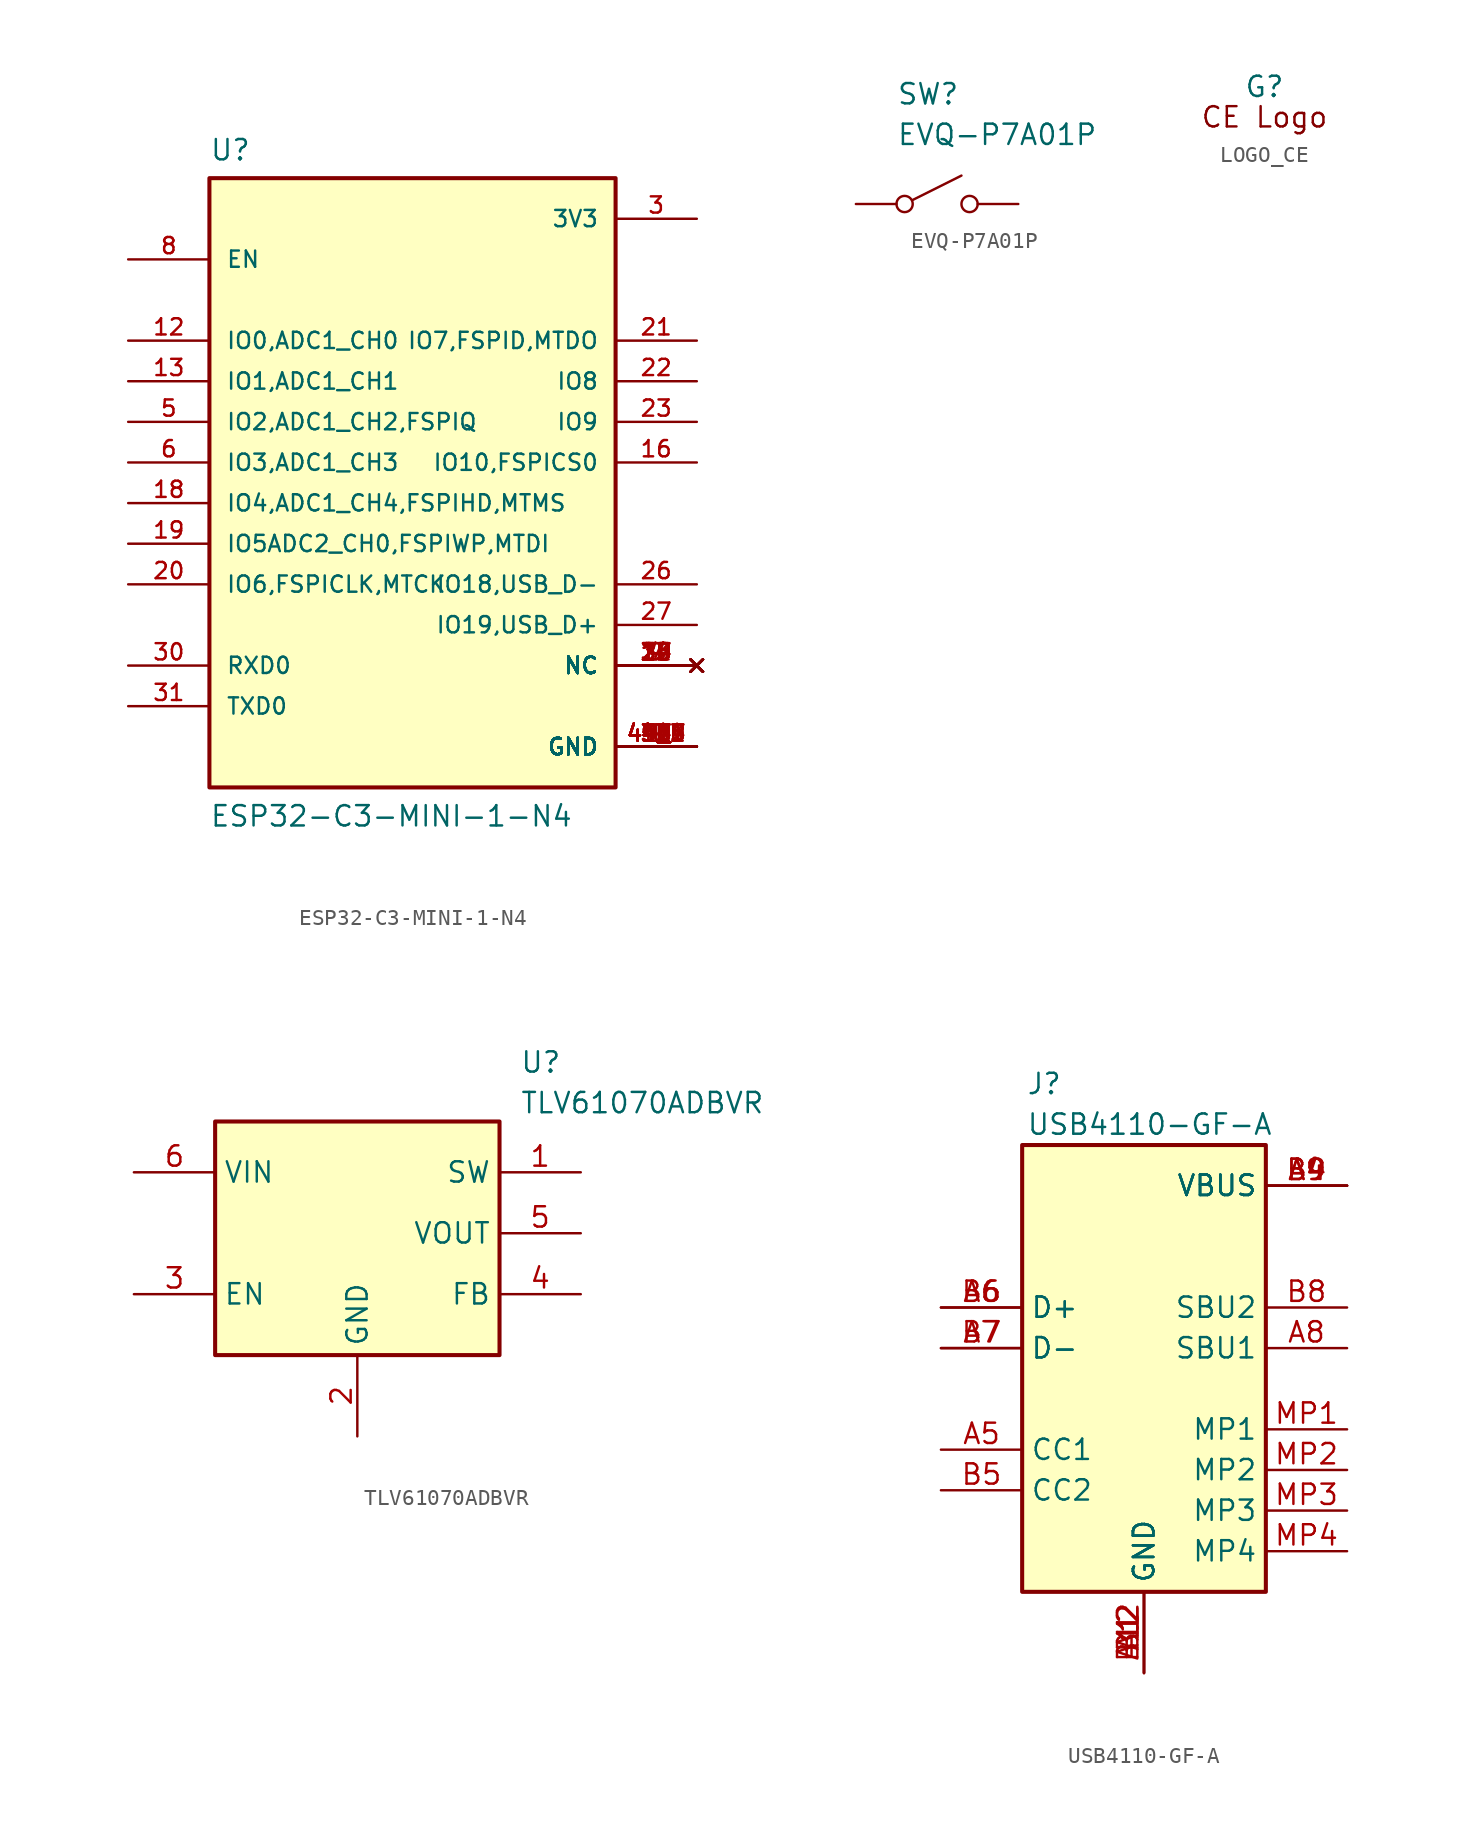
<source format=kicad_sym>
(kicad_symbol_lib
  (version 20220914)
  (generator kicad_symbol_editor)
  (symbol "ESP32-C3-MINI-1-N4"
    (pin_names
      (offset 1.016))
    (property "Reference" "U"
      (at -12.7 18.796 0)
      (effects (font (size 1.27 1.27)) (justify left bottom)))
    (property "Value" "ESP32-C3-MINI-1-N4"
      (at -12.7 -22.86 0)
      (effects (font (size 1.27 1.27)) (justify left bottom)))
    (symbol "ESP32-C3-MINI-1-N4_0_0"
      (rectangle (start -12.7 17.78) (end 12.7 -20.32) (stroke (width 0.254) (type default)) (fill (type background)))
      (pin power_in line (at 17.78 -17.78 180) (length 5.08) (name "GND" (effects (font (size 1.016 1.016)))) (number "1" (effects (font (size 1.016 1.016)))))
      (pin no_connect line (at 17.78 -12.7 180) (length 5.08) (name "NC" (effects (font (size 1.016 1.016)))) (number "10" (effects (font (size 1.016 1.016)))))
      (pin power_in line (at 17.78 -17.78 180) (length 5.08) (name "GND" (effects (font (size 1.016 1.016)))) (number "11" (effects (font (size 1.016 1.016)))))
      (pin bidirectional line (at -17.78 7.62 0) (length 5.08) (name "IO0,ADC1_CH0" (effects (font (size 1.016 1.016)))) (number "12" (effects (font (size 1.016 1.016)))))
      (pin bidirectional line (at -17.78 5.08 0) (length 5.08) (name "IO1,ADC1_CH1" (effects (font (size 1.016 1.016)))) (number "13" (effects (font (size 1.016 1.016)))))
      (pin power_in line (at 17.78 -17.78 180) (length 5.08) (name "GND" (effects (font (size 1.016 1.016)))) (number "14" (effects (font (size 1.016 1.016)))))
      (pin no_connect line (at 17.78 -12.7 180) (length 5.08) (name "NC" (effects (font (size 1.016 1.016)))) (number "15" (effects (font (size 1.016 1.016)))))
      (pin bidirectional line (at 17.78 0 180) (length 5.08) (name "IO10,FSPICS0" (effects (font (size 1.016 1.016)))) (number "16" (effects (font (size 1.016 1.016)))))
      (pin no_connect line (at 17.78 -12.7 180) (length 5.08) (name "NC" (effects (font (size 1.016 1.016)))) (number "17" (effects (font (size 1.016 1.016)))))
      (pin bidirectional line (at -17.78 -2.54 0) (length 5.08) (name "IO4,ADC1_CH4,FSPIHD,MTMS" (effects (font (size 1.016 1.016)))) (number "18" (effects (font (size 1.016 1.016)))))
      (pin bidirectional line (at -17.78 -5.08 0) (length 5.08) (name "IO5ADC2_CH0,FSPIWP,MTDI" (effects (font (size 1.016 1.016)))) (number "19" (effects (font (size 1.016 1.016)))))
      (pin power_in line (at 17.78 -17.78 180) (length 5.08) (name "GND" (effects (font (size 1.016 1.016)))) (number "2" (effects (font (size 1.016 1.016)))))
      (pin bidirectional line (at -17.78 -7.62 0) (length 5.08) (name "IO6,FSPICLK,MTCK" (effects (font (size 1.016 1.016)))) (number "20" (effects (font (size 1.016 1.016)))))
      (pin bidirectional line (at 17.78 7.62 180) (length 5.08) (name "IO7,FSPID,MTDO" (effects (font (size 1.016 1.016)))) (number "21" (effects (font (size 1.016 1.016)))))
      (pin bidirectional line (at 17.78 5.08 180) (length 5.08) (name "IO8" (effects (font (size 1.016 1.016)))) (number "22" (effects (font (size 1.016 1.016)))))
      (pin bidirectional line (at 17.78 2.54 180) (length 5.08) (name "IO9" (effects (font (size 1.016 1.016)))) (number "23" (effects (font (size 1.016 1.016)))))
      (pin no_connect line (at 17.78 -12.7 180) (length 5.08) (name "NC" (effects (font (size 1.016 1.016)))) (number "24" (effects (font (size 1.016 1.016)))))
      (pin no_connect line (at 17.78 -12.7 180) (length 5.08) (name "NC" (effects (font (size 1.016 1.016)))) (number "25" (effects (font (size 1.016 1.016)))))
      (pin bidirectional line (at 17.78 -7.62 180) (length 5.08) (name "IO18,USB_D-" (effects (font (size 1.016 1.016)))) (number "26" (effects (font (size 1.016 1.016)))))
      (pin bidirectional line (at 17.78 -10.16 180) (length 5.08) (name "IO19,USB_D+" (effects (font (size 1.016 1.016)))) (number "27" (effects (font (size 1.016 1.016)))))
      (pin no_connect line (at 17.78 -12.7 180) (length 5.08) (name "NC" (effects (font (size 1.016 1.016)))) (number "28" (effects (font (size 1.016 1.016)))))
      (pin no_connect line (at 17.78 -12.7 180) (length 5.08) (name "NC" (effects (font (size 1.016 1.016)))) (number "29" (effects (font (size 1.016 1.016)))))
      (pin power_in line (at 17.78 15.24 180) (length 5.08) (name "3V3" (effects (font (size 1.016 1.016)))) (number "3" (effects (font (size 1.016 1.016)))))
      (pin bidirectional line (at -17.78 -12.7 0) (length 5.08) (name "RXD0" (effects (font (size 1.016 1.016)))) (number "30" (effects (font (size 1.016 1.016)))))
      (pin bidirectional line (at -17.78 -15.24 0) (length 5.08) (name "TXD0" (effects (font (size 1.016 1.016)))) (number "31" (effects (font (size 1.016 1.016)))))
      (pin no_connect line (at 17.78 -12.7 180) (length 5.08) (name "NC" (effects (font (size 1.016 1.016)))) (number "32" (effects (font (size 1.016 1.016)))))
      (pin no_connect line (at 17.78 -12.7 180) (length 5.08) (name "NC" (effects (font (size 1.016 1.016)))) (number "33" (effects (font (size 1.016 1.016)))))
      (pin no_connect line (at 17.78 -12.7 180) (length 5.08) (name "NC" (effects (font (size 1.016 1.016)))) (number "34" (effects (font (size 1.016 1.016)))))
      (pin no_connect line (at 17.78 -12.7 180) (length 5.08) (name "NC" (effects (font (size 1.016 1.016)))) (number "35" (effects (font (size 1.016 1.016)))))
      (pin power_in line (at 17.78 -17.78 180) (length 5.08) (name "GND" (effects (font (size 1.016 1.016)))) (number "36" (effects (font (size 1.016 1.016)))))
      (pin power_in line (at 17.78 -17.78 180) (length 5.08) (name "GND" (effects (font (size 1.016 1.016)))) (number "37" (effects (font (size 1.016 1.016)))))
      (pin power_in line (at 17.78 -17.78 180) (length 5.08) (name "GND" (effects (font (size 1.016 1.016)))) (number "38" (effects (font (size 1.016 1.016)))))
      (pin power_in line (at 17.78 -17.78 180) (length 5.08) (name "GND" (effects (font (size 1.016 1.016)))) (number "39" (effects (font (size 1.016 1.016)))))
      (pin no_connect line (at 17.78 -12.7 180) (length 5.08) (name "NC" (effects (font (size 1.016 1.016)))) (number "4" (effects (font (size 1.016 1.016)))))
      (pin power_in line (at 17.78 -17.78 180) (length 5.08) (name "GND" (effects (font (size 1.016 1.016)))) (number "40" (effects (font (size 1.016 1.016)))))
      (pin power_in line (at 17.78 -17.78 180) (length 5.08) (name "GND" (effects (font (size 1.016 1.016)))) (number "41" (effects (font (size 1.016 1.016)))))
      (pin power_in line (at 17.78 -17.78 180) (length 5.08) (name "GND" (effects (font (size 1.016 1.016)))) (number "42" (effects (font (size 1.016 1.016)))))
      (pin power_in line (at 17.78 -17.78 180) (length 5.08) (name "GND" (effects (font (size 1.016 1.016)))) (number "43" (effects (font (size 1.016 1.016)))))
      (pin power_in line (at 17.78 -17.78 180) (length 5.08) (name "GND" (effects (font (size 1.016 1.016)))) (number "44" (effects (font (size 1.016 1.016)))))
      (pin power_in line (at 17.78 -17.78 180) (length 5.08) (name "GND" (effects (font (size 1.016 1.016)))) (number "45" (effects (font (size 1.016 1.016)))))
      (pin power_in line (at 17.78 -17.78 180) (length 5.08) (name "GND" (effects (font (size 1.016 1.016)))) (number "46" (effects (font (size 1.016 1.016)))))
      (pin power_in line (at 17.78 -17.78 180) (length 5.08) (name "GND" (effects (font (size 1.016 1.016)))) (number "47" (effects (font (size 1.016 1.016)))))
      (pin power_in line (at 17.78 -17.78 180) (length 5.08) (name "GND" (effects (font (size 1.016 1.016)))) (number "48" (effects (font (size 1.016 1.016)))))
      (pin power_in line (at 17.78 -17.78 180) (length 5.08) (name "GND" (effects (font (size 1.016 1.016)))) (number "49_1" (effects (font (size 1.016 1.016)))))
      (pin power_in line (at 17.78 -17.78 180) (length 5.08) (name "GND" (effects (font (size 1.016 1.016)))) (number "49_2" (effects (font (size 1.016 1.016)))))
      (pin power_in line (at 17.78 -17.78 180) (length 5.08) (name "GND" (effects (font (size 1.016 1.016)))) (number "49_3" (effects (font (size 1.016 1.016)))))
      (pin power_in line (at 17.78 -17.78 180) (length 5.08) (name "GND" (effects (font (size 1.016 1.016)))) (number "49_4" (effects (font (size 1.016 1.016)))))
      (pin power_in line (at 17.78 -17.78 180) (length 5.08) (name "GND" (effects (font (size 1.016 1.016)))) (number "49_5" (effects (font (size 1.016 1.016)))))
      (pin power_in line (at 17.78 -17.78 180) (length 5.08) (name "GND" (effects (font (size 1.016 1.016)))) (number "49_6" (effects (font (size 1.016 1.016)))))
      (pin power_in line (at 17.78 -17.78 180) (length 5.08) (name "GND" (effects (font (size 1.016 1.016)))) (number "49_7" (effects (font (size 1.016 1.016)))))
      (pin power_in line (at 17.78 -17.78 180) (length 5.08) (name "GND" (effects (font (size 1.016 1.016)))) (number "49_8" (effects (font (size 1.016 1.016)))))
      (pin power_in line (at 17.78 -17.78 180) (length 5.08) (name "GND" (effects (font (size 1.016 1.016)))) (number "49_9" (effects (font (size 1.016 1.016)))))
      (pin bidirectional line (at -17.78 2.54 0) (length 5.08) (name "IO2,ADC1_CH2,FSPIQ" (effects (font (size 1.016 1.016)))) (number "5" (effects (font (size 1.016 1.016)))))
      (pin power_in line (at 17.78 -17.78 180) (length 5.08) (name "GND" (effects (font (size 1.016 1.016)))) (number "50" (effects (font (size 1.016 1.016)))))
      (pin power_in line (at 17.78 -17.78 180) (length 5.08) (name "GND" (effects (font (size 1.016 1.016)))) (number "51" (effects (font (size 1.016 1.016)))))
      (pin power_in line (at 17.78 -17.78 180) (length 5.08) (name "GND" (effects (font (size 1.016 1.016)))) (number "52" (effects (font (size 1.016 1.016)))))
      (pin power_in line (at 17.78 -17.78 180) (length 5.08) (name "GND" (effects (font (size 1.016 1.016)))) (number "53" (effects (font (size 1.016 1.016)))))
      (pin bidirectional line (at -17.78 0 0) (length 5.08) (name "IO3,ADC1_CH3" (effects (font (size 1.016 1.016)))) (number "6" (effects (font (size 1.016 1.016)))))
      (pin no_connect line (at 17.78 -12.7 180) (length 5.08) (name "NC" (effects (font (size 1.016 1.016)))) (number "7" (effects (font (size 1.016 1.016)))))
      (pin input line (at -17.78 12.7 0) (length 5.08) (name "EN" (effects (font (size 1.016 1.016)))) (number "8" (effects (font (size 1.016 1.016)))))
      (pin no_connect line (at 17.78 -12.7 180) (length 5.08) (name "NC" (effects (font (size 1.016 1.016)))) (number "9" (effects (font (size 1.016 1.016)))))))
  (symbol "EVQ-P7A01P"
    (pin_numbers hide)
    (pin_names hide)
    (property "Reference" "SW"
      (at 2.54 7.62 0)
      (effects (font (size 1.27 1.27)) (justify left top)))
    (property "Value" "EVQ-P7A01P"
      (at 2.54 5.08 0)
      (effects (font (size 1.27 1.27)) (justify left top)))
    (symbol "EVQ-P7A01P_0_0"
      (polyline (pts (xy 3.556 0.254) (xy 6.604 1.778)) (stroke (width 0) (type default)) (fill (type none)))
      (circle (center 3.048 0) (radius 0.508) (stroke (width 0) (type default)) (fill (type none)))
      (circle (center 7.112 0) (radius 0.508) (stroke (width 0) (type default)) (fill (type none))))
    (symbol "EVQ-P7A01P_1_1"
      (pin passive line (at 0 0 0) (length 2.54) (name "NO_1" (effects (font (size 1.27 1.27)))) (number "1" (effects (font (size 1.27 1.27)))))
      (pin passive line (at 0 0 0) (length 2.54) hide (name "NO_2" (effects (font (size 1.27 1.27)))) (number "2" (effects (font (size 1.27 1.27)))))
      (pin passive line (at 10.16 0 180) (length 2.54) hide (name "COM_2" (effects (font (size 1.27 1.27)))) (number "3" (effects (font (size 1.27 1.27)))))
      (pin passive line (at 10.16 0 180) (length 2.54) (name "COM_1" (effects (font (size 1.27 1.27)))) (number "4" (effects (font (size 1.27 1.27)))))))
  (symbol "LOGO_CE"
    (property "Reference" "G"
      (at 0 1.905 0)
      (effects (font (size 1.27 1.27))))
    (property "Value" ""
      (at 0 0 0)
      (effects (font (size 1.27 1.27))))
    (symbol "LOGO_CE_0_1"
      (text "CE Logo" (at 0 0 0) (effects (font (size 1.27 1.27))))))
  (symbol "TLV61070ADBVR"
    (property "Reference" "U"
      (at 24.13 7.62 0)
      (effects (font (size 1.27 1.27)) (justify left top)))
    (property "Value" "TLV61070ADBVR"
      (at 24.13 5.08 0)
      (effects (font (size 1.27 1.27)) (justify left top)))
    (symbol "TLV61070ADBVR_1_1"
      (rectangle (start 5.08 3.175) (end 22.86 -11.43) (stroke (width 0.254) (type default)) (fill (type background)))
      (pin passive line (at 27.94 0 180) (length 5.08) (name "SW" (effects (font (size 1.27 1.27)))) (number "1" (effects (font (size 1.27 1.27)))))
      (pin passive line (at 13.97 -16.51 90) (length 5.08) (name "GND" (effects (font (size 1.27 1.27)))) (number "2" (effects (font (size 1.27 1.27)))))
      (pin passive line (at 0 -7.62 0) (length 5.08) (name "EN" (effects (font (size 1.27 1.27)))) (number "3" (effects (font (size 1.27 1.27)))))
      (pin passive line (at 27.94 -7.62 180) (length 5.08) (name "FB" (effects (font (size 1.27 1.27)))) (number "4" (effects (font (size 1.27 1.27)))))
      (pin passive line (at 27.94 -3.81 180) (length 5.08) (name "VOUT" (effects (font (size 1.27 1.27)))) (number "5" (effects (font (size 1.27 1.27)))))
      (pin passive line (at 0 0 0) (length 5.08) (name "VIN" (effects (font (size 1.27 1.27)))) (number "6" (effects (font (size 1.27 1.27)))))))
  (symbol "USB4110-GF-A"
    (property "Reference" "J"
      (at 5.334 7.112 0)
      (effects (font (size 1.27 1.27)) (justify left top)))
    (property "Value" "USB4110-GF-A"
      (at 5.334 4.572 0)
      (effects (font (size 1.27 1.27)) (justify left top)))
    (symbol "USB4110-GF-A_1_1"
      (rectangle (start 5.08 2.54) (end 20.32 -25.4) (stroke (width 0.254) (type default)) (fill (type background)))
      (pin passive line (at 12.7 -30.48 90) (length 5.08) (name "GND" (effects (font (size 1.27 1.27)))) (number "A1" (effects (font (size 1.27 1.27)))))
      (pin passive line (at 12.7 -30.48 90) (length 5.08) (name "GND" (effects (font (size 1.27 1.27)))) (number "A12" (effects (font (size 1.27 1.27)))))
      (pin passive line (at 25.4 0 180) (length 5.08) (name "VBUS" (effects (font (size 1.27 1.27)))) (number "A4" (effects (font (size 1.27 1.27)))))
      (pin passive line (at 0 -16.51 0) (length 5.08) (name "CC1" (effects (font (size 1.27 1.27)))) (number "A5" (effects (font (size 1.27 1.27)))))
      (pin passive line (at 0 -7.62 0) (length 5.08) (name "D+" (effects (font (size 1.27 1.27)))) (number "A6" (effects (font (size 1.27 1.27)))))
      (pin passive line (at 0 -10.16 0) (length 5.08) (name "D-" (effects (font (size 1.27 1.27)))) (number "A7" (effects (font (size 1.27 1.27)))))
      (pin passive line (at 25.4 -10.16 180) (length 5.08) (name "SBU1" (effects (font (size 1.27 1.27)))) (number "A8" (effects (font (size 1.27 1.27)))))
      (pin passive line (at 25.4 0 180) (length 5.08) (name "VBUS" (effects (font (size 1.27 1.27)))) (number "A9" (effects (font (size 1.27 1.27)))))
      (pin passive line (at 12.7 -30.48 90) (length 5.08) (name "GND" (effects (font (size 1.27 1.27)))) (number "B1" (effects (font (size 1.27 1.27)))))
      (pin passive line (at 12.7 -30.48 90) (length 5.08) (name "GND" (effects (font (size 1.27 1.27)))) (number "B12" (effects (font (size 1.27 1.27)))))
      (pin passive line (at 25.4 0 180) (length 5.08) (name "VBUS" (effects (font (size 1.27 1.27)))) (number "B4" (effects (font (size 1.27 1.27)))))
      (pin passive line (at 0 -19.05 0) (length 5.08) (name "CC2" (effects (font (size 1.27 1.27)))) (number "B5" (effects (font (size 1.27 1.27)))))
      (pin passive line (at 0 -7.62 0) (length 5.08) (name "D+" (effects (font (size 1.27 1.27)))) (number "B6" (effects (font (size 1.27 1.27)))))
      (pin passive line (at 0 -10.16 0) (length 5.08) (name "D-" (effects (font (size 1.27 1.27)))) (number "B7" (effects (font (size 1.27 1.27)))))
      (pin passive line (at 25.4 -7.62 180) (length 5.08) (name "SBU2" (effects (font (size 1.27 1.27)))) (number "B8" (effects (font (size 1.27 1.27)))))
      (pin passive line (at 25.4 0 180) (length 5.08) (name "VBUS" (effects (font (size 1.27 1.27)))) (number "B9" (effects (font (size 1.27 1.27)))))
      (pin passive line (at 25.4 -15.24 180) (length 5.08) (name "MP1" (effects (font (size 1.27 1.27)))) (number "MP1" (effects (font (size 1.27 1.27)))))
      (pin passive line (at 25.4 -17.78 180) (length 5.08) (name "MP2" (effects (font (size 1.27 1.27)))) (number "MP2" (effects (font (size 1.27 1.27)))))
      (pin passive line (at 25.4 -20.32 180) (length 5.08) (name "MP3" (effects (font (size 1.27 1.27)))) (number "MP3" (effects (font (size 1.27 1.27)))))
      (pin passive line (at 25.4 -22.86 180) (length 5.08) (name "MP4" (effects (font (size 1.27 1.27)))) (number "MP4" (effects (font (size 1.27 1.27))))))))
</source>
